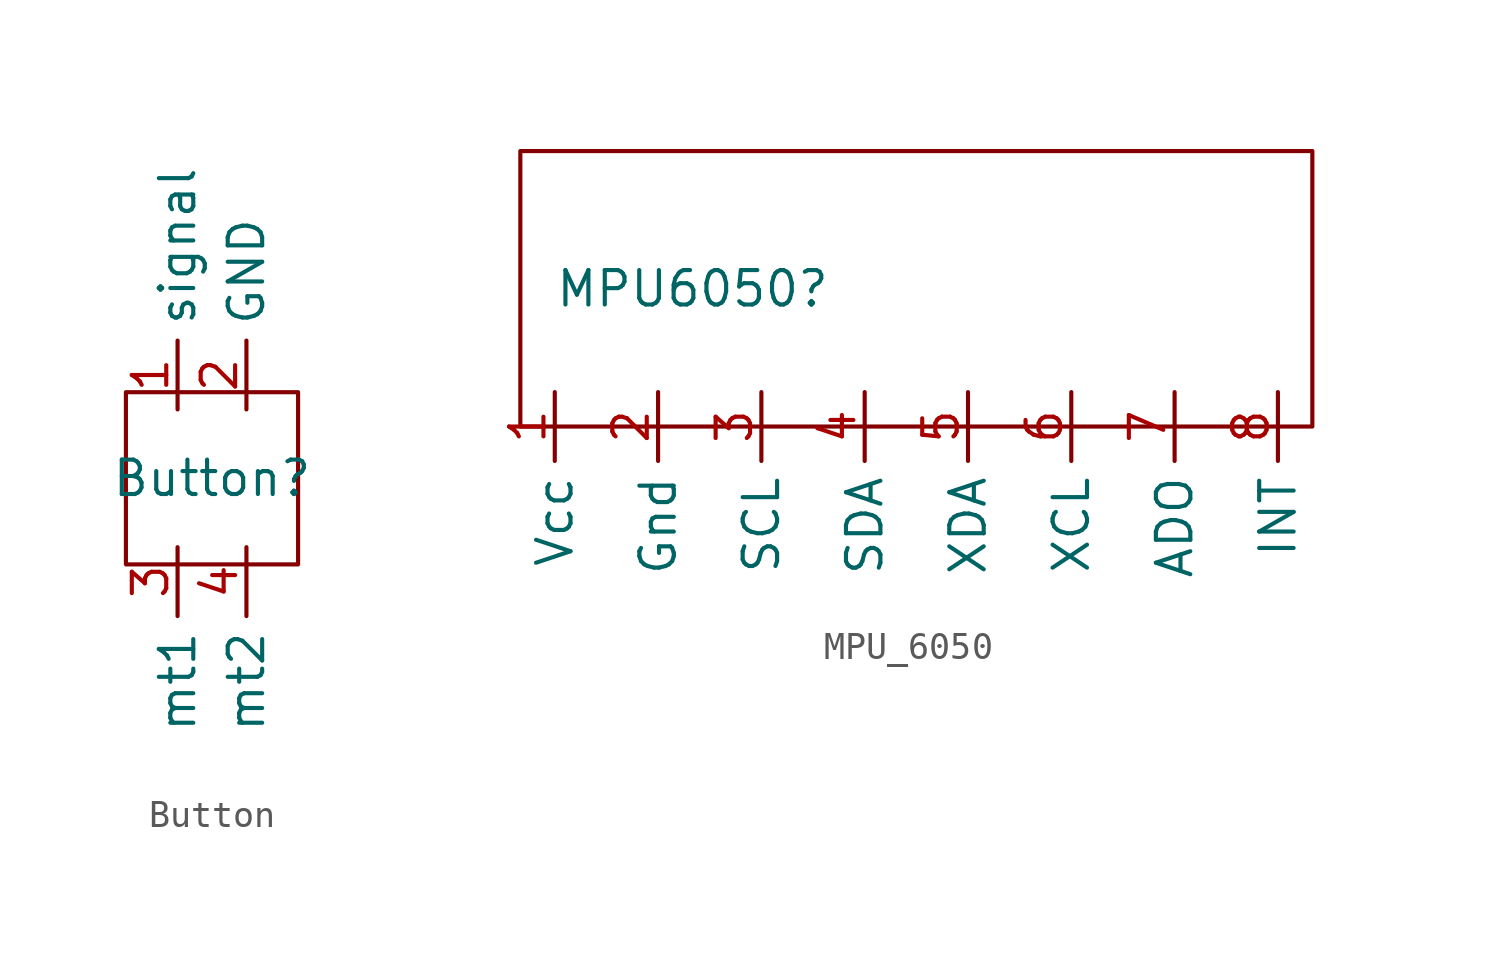
<source format=kicad_sym>
(kicad_symbol_lib
  (version 20241209)
  (generator "kicad_symbol_editor")
  (generator_version "9.0")
  (symbol "Button"
    (property "Reference" "Button"
      (at 0 0 0)
      (effects (font (size 1.27 1.27))))
    (property "Value" ""
      (at 0 0 0)
      (effects (font (size 1.27 1.27))))
    (symbol "Button_0_1"
      (rectangle (start -3.175 3.175) (end 3.175 -3.175) (stroke (width 0) (type default)) (fill (type none))))
    (symbol "Button_1_1"
      (pin unspecified line (at -1.27 2.54 90) (length 2.54) (name "signal" (effects (font (size 1.27 1.27)))) (number "1" (effects (font (size 1.27 1.27)))))
      (pin passive line (at -1.27 -2.54 270) (length 2.54) (name "mt1" (effects (font (size 1.27 1.27)))) (number "3" (effects (font (size 1.27 1.27)))))
      (pin unspecified line (at 1.27 2.54 90) (length 2.54) (name "GND" (effects (font (size 1.27 1.27)))) (number "2" (effects (font (size 1.27 1.27)))))
      (pin passive line (at 1.27 -2.54 270) (length 2.54) (name "mt2" (effects (font (size 1.27 1.27)))) (number "4" (effects (font (size 1.27 1.27)))))))
  (symbol "MPU_6050"
    (property "Reference" "MPU6050"
      (at 0 0 0)
      (effects (font (size 1.27 1.27))))
    (property "Value" ""
      (at 0 0 0)
      (effects (font (size 1.27 1.27))))
    (symbol "MPU_6050_0_1"
      (rectangle (start -6.35 5.08) (end 22.86 -5.08) (stroke (width 0) (type default)) (fill (type none))))
    (symbol "MPU_6050_1_1"
      (pin input line (at -5.08 -3.81 270) (length 2.54) (name "Vcc" (effects (font (size 1.27 1.27)))) (number "1" (effects (font (size 1.27 1.27)))))
      (pin input line (at -1.27 -3.81 270) (length 2.54) (name "Gnd" (effects (font (size 1.27 1.27)))) (number "2" (effects (font (size 1.27 1.27)))))
      (pin bidirectional line (at 2.54 -3.81 270) (length 2.54) (name "SCL" (effects (font (size 1.27 1.27)))) (number "3" (effects (font (size 1.27 1.27)))))
      (pin bidirectional line (at 6.35 -3.81 270) (length 2.54) (name "SDA" (effects (font (size 1.27 1.27)))) (number "4" (effects (font (size 1.27 1.27)))))
      (pin passive line (at 10.16 -3.81 270) (length 2.54) (name "XDA" (effects (font (size 1.27 1.27)))) (number "5" (effects (font (size 1.27 1.27)))))
      (pin passive line (at 13.97 -3.81 270) (length 2.54) (name "XCL" (effects (font (size 1.27 1.27)))) (number "6" (effects (font (size 1.27 1.27)))))
      (pin passive line (at 17.78 -3.81 270) (length 2.54) (name "ADO" (effects (font (size 1.27 1.27)))) (number "7" (effects (font (size 1.27 1.27)))))
      (pin passive line (at 21.59 -3.81 270) (length 2.54) (name "INT" (effects (font (size 1.27 1.27)))) (number "8" (effects (font (size 1.27 1.27))))))))
</source>
